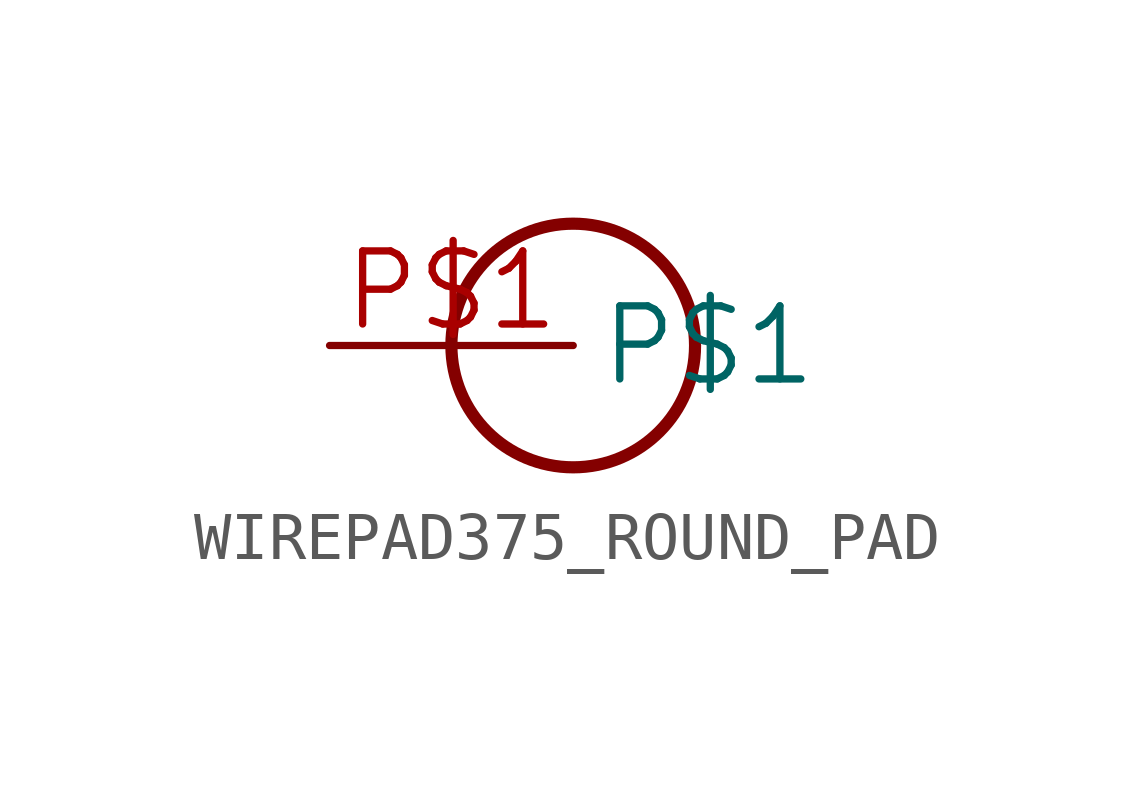
<source format=kicad_sym>
(kicad_symbol_lib
  (version 20241209)
  (generator "kicad_symbol_editor")
  (generator_version "9.0")
  (symbol "WIREPAD375_ROUND_PAD"
    (property "Reference" ""
      (at 0 0 0)
      (effects (font (size 1.27 1.27)) (hide yes)))
    (property "ki_locked" ""
      (at 0 0 0)
      (effects (font (size 1.27 1.27))))
    (symbol "WIREPAD375_ROUND_PAD_1_0"
      (circle (center 5.08 0) (radius 2.54) (stroke (width 0.254) (type solid)) (fill (type none)))
      (pin bidirectional line (at 0 0 0) (length 5.08) (name "P$1" (effects (font (size 1.524 1.524)))) (number "P$1" (effects (font (size 1.524 1.524))))))))
</source>
